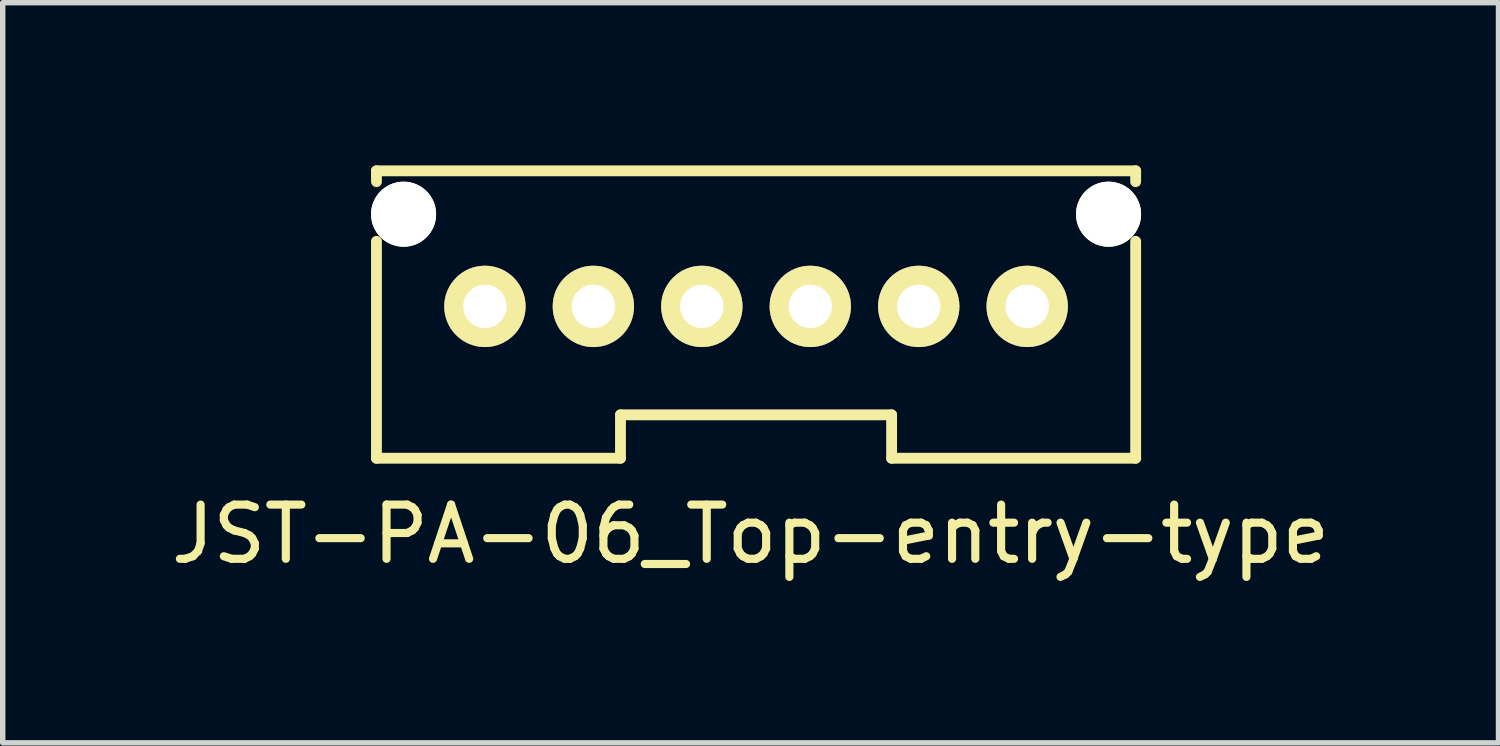
<source format=kicad_pcb>
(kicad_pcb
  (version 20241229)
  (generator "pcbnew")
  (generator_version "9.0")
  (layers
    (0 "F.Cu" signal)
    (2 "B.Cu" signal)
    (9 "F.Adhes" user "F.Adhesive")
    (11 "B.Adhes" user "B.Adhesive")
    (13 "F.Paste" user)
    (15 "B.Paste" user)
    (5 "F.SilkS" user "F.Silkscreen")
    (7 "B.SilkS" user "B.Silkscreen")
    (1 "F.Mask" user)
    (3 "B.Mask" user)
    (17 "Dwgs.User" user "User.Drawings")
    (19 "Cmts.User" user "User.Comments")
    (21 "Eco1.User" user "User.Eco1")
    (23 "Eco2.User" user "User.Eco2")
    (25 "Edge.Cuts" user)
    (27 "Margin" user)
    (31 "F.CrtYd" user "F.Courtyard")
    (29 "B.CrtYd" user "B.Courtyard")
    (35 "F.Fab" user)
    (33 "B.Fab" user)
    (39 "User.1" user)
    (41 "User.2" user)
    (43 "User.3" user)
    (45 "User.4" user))
  (footprint "JST-PA-06_Top-entry-type"
    (layer "F.Cu")
    (at 10.892 2.6)
    (property "Reference" "JST-PA-06_Top-entry-type" (at -0.1 4.2 0) (layer "F.SilkS") (effects (font (size 1 1) (thickness 0.15))))
    (attr through_hole)
    (fp_line (start -7 -2.5) (end -7 -2.3) (stroke (width 0.2) (type solid)) (layer "F.SilkS"))
    (fp_line (start -7 -2.5) (end 7 -2.5) (stroke (width 0.2) (type solid)) (layer "F.SilkS"))
    (fp_line (start -7 -1.2) (end -7 2.8) (stroke (width 0.2) (type solid)) (layer "F.SilkS"))
    (fp_line (start -2.5 2) (end 2.5 2) (stroke (width 0.2) (type solid)) (layer "F.SilkS"))
    (fp_line (start -2.5 2.8) (end -7 2.8) (stroke (width 0.2) (type solid)) (layer "F.SilkS"))
    (fp_line (start -2.5 2.8) (end -2.5 2) (stroke (width 0.2) (type solid)) (layer "F.SilkS"))
    (fp_line (start 2.5 2.8) (end 2.5 2) (stroke (width 0.2) (type solid)) (layer "F.SilkS"))
    (fp_line (start 7 -2.5) (end 7 -2.3) (stroke (width 0.2) (type solid)) (layer "F.SilkS"))
    (fp_line (start 7 2.8) (end 2.5 2.8) (stroke (width 0.2) (type solid)) (layer "F.SilkS"))
    (fp_line (start 7 2.8) (end 7 -1.2) (stroke (width 0.2) (type solid)) (layer "F.SilkS"))
    (pad "" np_thru_hole circle (at -6.5 -1.7) (size 1.2 1.2) (drill 1.2) (layers "*.Cu" "*.Mask" "F.SilkS"))
    (pad "" np_thru_hole circle (at 6.5 -1.7) (size 1.2 1.2) (drill 1.2) (layers "*.Cu" "*.Mask" "F.SilkS"))
    (pad "1" thru_hole circle (at -5 0) (size 1.5 1.5) (drill 0.8) (layers "*.Cu" "*.Mask" "F.SilkS"))
    (pad "2" thru_hole circle (at -3 0) (size 1.5 1.5) (drill 0.8) (layers "*.Cu" "*.Mask" "F.SilkS"))
    (pad "3" thru_hole circle (at -1 0) (size 1.5 1.5) (drill 0.8) (layers "*.Cu" "*.Mask" "F.SilkS"))
    (pad "4" thru_hole circle (at 1 0) (size 1.5 1.5) (drill 0.8) (layers "*.Cu" "*.Mask" "F.SilkS"))
    (pad "5" thru_hole circle (at 3 0) (size 1.5 1.5) (drill 0.8) (layers "*.Cu" "*.Mask" "F.SilkS"))
    (pad "6" thru_hole circle (at 5 0) (size 1.5 1.5) (drill 0.8) (layers "*.Cu" "*.Mask" "F.SilkS")))
  (gr_rect
    (start -3 -3)
    (end 24.583 10.648)
    (stroke (width 0.1) (type default))
    (fill no)
    (layer "Edge.Cuts")))
</source>
